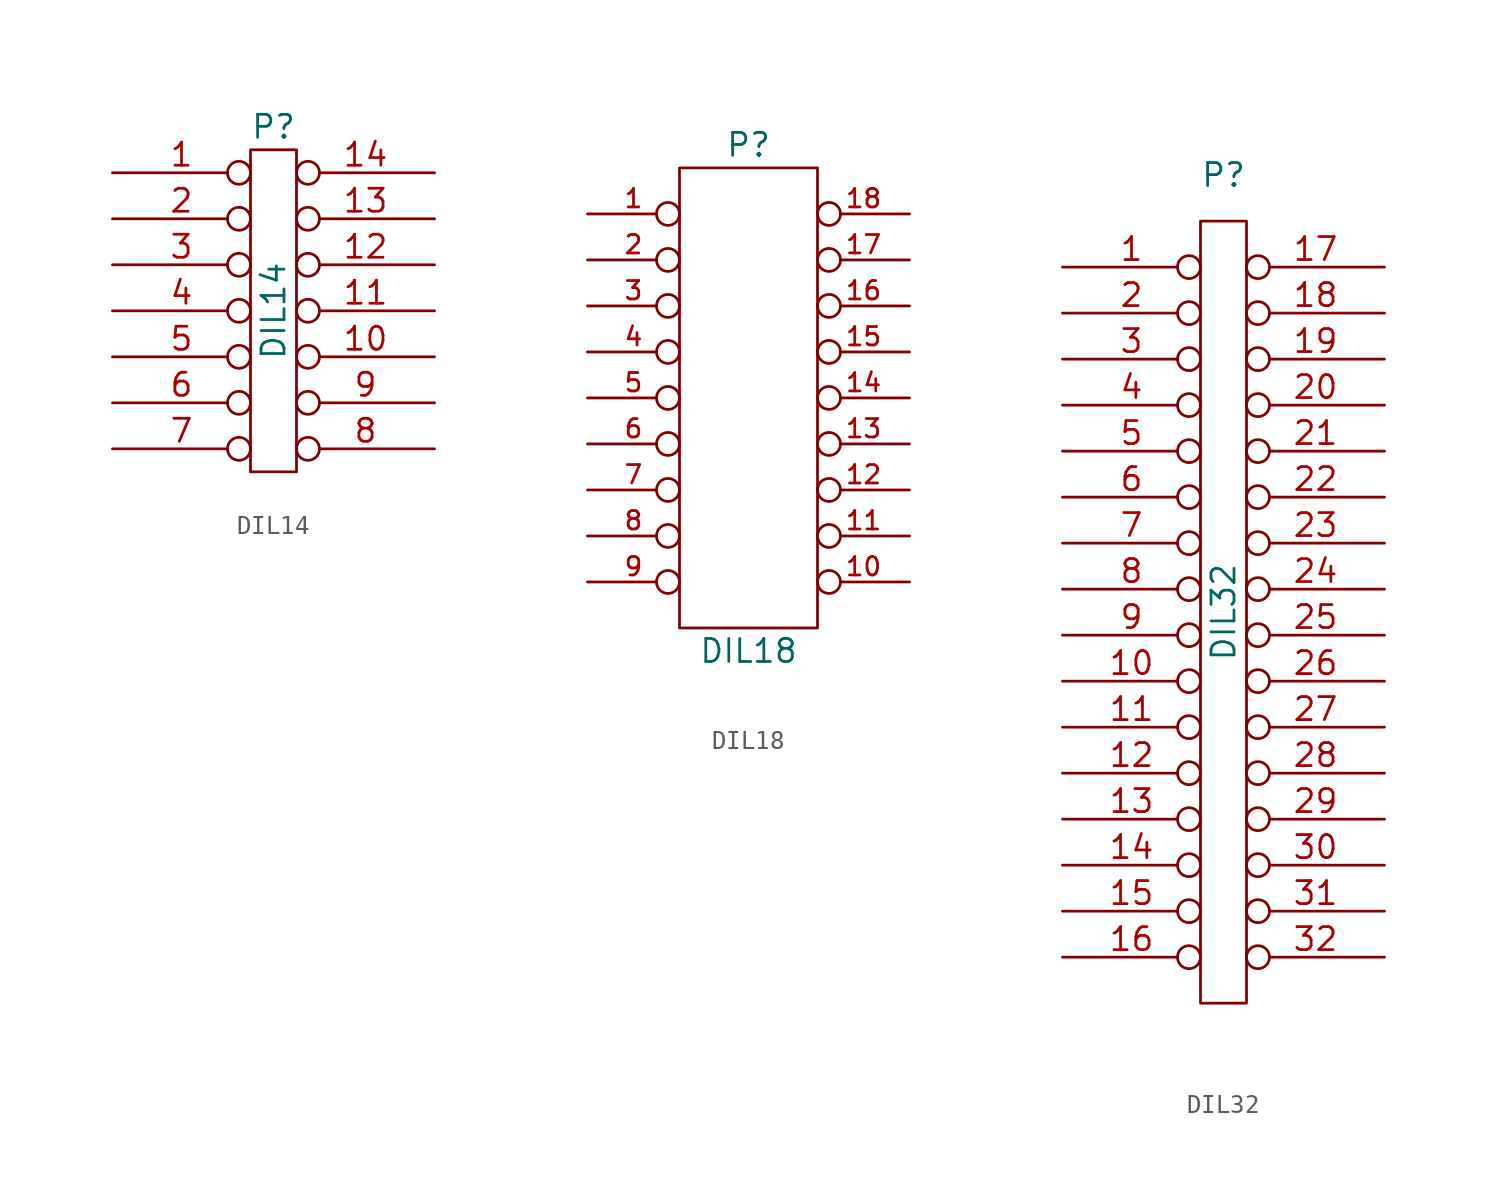
<source format=kicad_sym>
(kicad_symbol_lib
  (version 20231120)
  (generator "kicad_symbol_editor")
  (generator_version "8.0")
  (symbol "DIL14"
    (pin_names
      (offset 1.016) hide)
    (property "Reference" "P"
      (at 0 10.16 0)
      (effects (font (size 1.27 1.27))))
    (property "Value" "DIL14"
      (at 0 0 90)
      (effects (font (size 1.27 1.27))))
    (property "Footprint" ""
      (at 0 0 0)
      (effects (font (size 1.27 1.27))))
    (property "Datasheet" ""
      (at 0 0 0)
      (effects (font (size 1.27 1.27))))
    (symbol "DIL14_0_1"
      (rectangle (start -1.27 8.89) (end 1.27 -8.89) (stroke (width 0) (type solid)) (fill (type none))))
    (symbol "DIL14_1_1"
      (pin passive inverted (at -8.89 7.62 0) (length 7.62) (name "1" (effects (font (size 1.27 1.27)))) (number "1" (effects (font (size 1.27 1.27)))))
      (pin passive inverted (at 8.89 -2.54 180) (length 7.62) (name "10" (effects (font (size 1.27 1.27)))) (number "10" (effects (font (size 1.27 1.27)))))
      (pin passive inverted (at 8.89 0 180) (length 7.62) (name "11" (effects (font (size 1.27 1.27)))) (number "11" (effects (font (size 1.27 1.27)))))
      (pin passive inverted (at 8.89 2.54 180) (length 7.62) (name "12" (effects (font (size 1.27 1.27)))) (number "12" (effects (font (size 1.27 1.27)))))
      (pin passive inverted (at 8.89 5.08 180) (length 7.62) (name "13" (effects (font (size 1.27 1.27)))) (number "13" (effects (font (size 1.27 1.27)))))
      (pin passive inverted (at 8.89 7.62 180) (length 7.62) (name "14" (effects (font (size 1.27 1.27)))) (number "14" (effects (font (size 1.27 1.27)))))
      (pin passive inverted (at -8.89 5.08 0) (length 7.62) (name "2" (effects (font (size 1.27 1.27)))) (number "2" (effects (font (size 1.27 1.27)))))
      (pin passive inverted (at -8.89 2.54 0) (length 7.62) (name "3" (effects (font (size 1.27 1.27)))) (number "3" (effects (font (size 1.27 1.27)))))
      (pin passive inverted (at -8.89 0 0) (length 7.62) (name "4" (effects (font (size 1.27 1.27)))) (number "4" (effects (font (size 1.27 1.27)))))
      (pin passive inverted (at -8.89 -2.54 0) (length 7.62) (name "5" (effects (font (size 1.27 1.27)))) (number "5" (effects (font (size 1.27 1.27)))))
      (pin passive inverted (at -8.89 -5.08 0) (length 7.62) (name "6" (effects (font (size 1.27 1.27)))) (number "6" (effects (font (size 1.27 1.27)))))
      (pin passive inverted (at -8.89 -7.62 0) (length 7.62) (name "7" (effects (font (size 1.27 1.27)))) (number "7" (effects (font (size 1.27 1.27)))))
      (pin passive inverted (at 8.89 -7.62 180) (length 7.62) (name "8" (effects (font (size 1.27 1.27)))) (number "8" (effects (font (size 1.27 1.27)))))
      (pin passive inverted (at 8.89 -5.08 180) (length 7.62) (name "9" (effects (font (size 1.27 1.27)))) (number "9" (effects (font (size 1.27 1.27)))))))
  (symbol "DIL18"
    (pin_names
      (offset 1.016) hide)
    (property "Reference" "P"
      (at 0 13.97 0)
      (effects (font (size 1.27 1.27))))
    (property "Value" "DIL18"
      (at 0 -13.97 0)
      (effects (font (size 1.27 1.27))))
    (property "Footprint" ""
      (at 0 0 0)
      (effects (font (size 1.27 1.27))))
    (property "Datasheet" ""
      (at 0 0 0)
      (effects (font (size 1.27 1.27))))
    (symbol "DIL18_0_1"
      (rectangle (start -3.81 12.7) (end 3.81 -12.7) (stroke (width 0) (type solid)) (fill (type none))))
    (symbol "DIL18_1_1"
      (pin passive inverted (at -8.89 10.16 0) (length 5.08) (name "P1" (effects (font (size 1.016 1.016)))) (number "1" (effects (font (size 1.016 1.016)))))
      (pin passive inverted (at 8.89 -10.16 180) (length 5.08) (name "P10" (effects (font (size 1.016 1.016)))) (number "10" (effects (font (size 1.016 1.016)))))
      (pin passive inverted (at 8.89 -7.62 180) (length 5.08) (name "P11" (effects (font (size 1.016 1.016)))) (number "11" (effects (font (size 1.016 1.016)))))
      (pin passive inverted (at 8.89 -5.08 180) (length 5.08) (name "P12" (effects (font (size 1.016 1.016)))) (number "12" (effects (font (size 1.016 1.016)))))
      (pin passive inverted (at 8.89 -2.54 180) (length 5.08) (name "P13" (effects (font (size 1.016 1.016)))) (number "13" (effects (font (size 1.016 1.016)))))
      (pin passive inverted (at 8.89 0 180) (length 5.08) (name "P14" (effects (font (size 1.016 1.016)))) (number "14" (effects (font (size 1.016 1.016)))))
      (pin passive inverted (at 8.89 2.54 180) (length 5.08) (name "P15" (effects (font (size 1.016 1.016)))) (number "15" (effects (font (size 1.016 1.016)))))
      (pin passive inverted (at 8.89 5.08 180) (length 5.08) (name "P16" (effects (font (size 1.016 1.016)))) (number "16" (effects (font (size 1.016 1.016)))))
      (pin passive inverted (at 8.89 7.62 180) (length 5.08) (name "P17" (effects (font (size 1.016 1.016)))) (number "17" (effects (font (size 1.016 1.016)))))
      (pin passive inverted (at 8.89 10.16 180) (length 5.08) (name "P18" (effects (font (size 1.016 1.016)))) (number "18" (effects (font (size 1.016 1.016)))))
      (pin passive inverted (at -8.89 7.62 0) (length 5.08) (name "P2" (effects (font (size 1.016 1.016)))) (number "2" (effects (font (size 1.016 1.016)))))
      (pin passive inverted (at -8.89 5.08 0) (length 5.08) (name "P3" (effects (font (size 1.016 1.016)))) (number "3" (effects (font (size 1.016 1.016)))))
      (pin passive inverted (at -8.89 2.54 0) (length 5.08) (name "P4" (effects (font (size 1.016 1.016)))) (number "4" (effects (font (size 1.016 1.016)))))
      (pin passive inverted (at -8.89 0 0) (length 5.08) (name "P5" (effects (font (size 1.016 1.016)))) (number "5" (effects (font (size 1.016 1.016)))))
      (pin passive inverted (at -8.89 -2.54 0) (length 5.08) (name "P6" (effects (font (size 1.016 1.016)))) (number "6" (effects (font (size 1.016 1.016)))))
      (pin passive inverted (at -8.89 -5.08 0) (length 5.08) (name "P7" (effects (font (size 1.016 1.016)))) (number "7" (effects (font (size 1.016 1.016)))))
      (pin passive inverted (at -8.89 -7.62 0) (length 5.08) (name "P8" (effects (font (size 1.016 1.016)))) (number "8" (effects (font (size 1.016 1.016)))))
      (pin passive inverted (at -8.89 -10.16 0) (length 5.08) (name "P9" (effects (font (size 1.016 1.016)))) (number "9" (effects (font (size 1.016 1.016)))))))
  (symbol "DIL32"
    (pin_names
      (offset 1.016) hide)
    (property "Reference" "P"
      (at 0 24.13 0)
      (effects (font (size 1.27 1.27))))
    (property "Value" "DIL32"
      (at 0 0 90)
      (effects (font (size 1.27 1.27))))
    (property "Footprint" ""
      (at 0 0 0)
      (effects (font (size 1.27 1.27))))
    (property "Datasheet" ""
      (at 0 0 0)
      (effects (font (size 1.27 1.27))))
    (symbol "DIL32_0_1"
      (rectangle (start -1.27 21.59) (end 1.27 -21.59) (stroke (width 0) (type solid)) (fill (type none))))
    (symbol "DIL32_1_1"
      (pin passive inverted (at -8.89 19.05 0) (length 7.62) (name "P1" (effects (font (size 1.27 1.27)))) (number "1" (effects (font (size 1.27 1.27)))))
      (pin passive inverted (at -8.89 -3.81 0) (length 7.62) (name "P10" (effects (font (size 1.27 1.27)))) (number "10" (effects (font (size 1.27 1.27)))))
      (pin passive inverted (at -8.89 -6.35 0) (length 7.62) (name "P11" (effects (font (size 1.27 1.27)))) (number "11" (effects (font (size 1.27 1.27)))))
      (pin passive inverted (at -8.89 -8.89 0) (length 7.62) (name "P12" (effects (font (size 1.27 1.27)))) (number "12" (effects (font (size 1.27 1.27)))))
      (pin passive inverted (at -8.89 -11.43 0) (length 7.62) (name "P13" (effects (font (size 1.27 1.27)))) (number "13" (effects (font (size 1.27 1.27)))))
      (pin passive inverted (at -8.89 -13.97 0) (length 7.62) (name "P14" (effects (font (size 1.27 1.27)))) (number "14" (effects (font (size 1.27 1.27)))))
      (pin passive inverted (at -8.89 -16.51 0) (length 7.62) (name "P15" (effects (font (size 1.27 1.27)))) (number "15" (effects (font (size 1.27 1.27)))))
      (pin passive inverted (at -8.89 -19.05 0) (length 7.62) (name "P16" (effects (font (size 1.27 1.27)))) (number "16" (effects (font (size 1.27 1.27)))))
      (pin passive inverted (at 8.89 19.05 180) (length 7.62) (name "P17" (effects (font (size 1.27 1.27)))) (number "17" (effects (font (size 1.27 1.27)))))
      (pin passive inverted (at 8.89 16.51 180) (length 7.62) (name "P18" (effects (font (size 1.27 1.27)))) (number "18" (effects (font (size 1.27 1.27)))))
      (pin passive inverted (at 8.89 13.97 180) (length 7.62) (name "P19" (effects (font (size 1.27 1.27)))) (number "19" (effects (font (size 1.27 1.27)))))
      (pin passive inverted (at -8.89 16.51 0) (length 7.62) (name "P2" (effects (font (size 1.27 1.27)))) (number "2" (effects (font (size 1.27 1.27)))))
      (pin passive inverted (at 8.89 11.43 180) (length 7.62) (name "P20" (effects (font (size 1.27 1.27)))) (number "20" (effects (font (size 1.27 1.27)))))
      (pin passive inverted (at 8.89 8.89 180) (length 7.62) (name "P21" (effects (font (size 1.27 1.27)))) (number "21" (effects (font (size 1.27 1.27)))))
      (pin passive inverted (at 8.89 6.35 180) (length 7.62) (name "P22" (effects (font (size 1.27 1.27)))) (number "22" (effects (font (size 1.27 1.27)))))
      (pin passive inverted (at 8.89 3.81 180) (length 7.62) (name "P23" (effects (font (size 1.27 1.27)))) (number "23" (effects (font (size 1.27 1.27)))))
      (pin passive inverted (at 8.89 1.27 180) (length 7.62) (name "P24" (effects (font (size 1.27 1.27)))) (number "24" (effects (font (size 1.27 1.27)))))
      (pin passive inverted (at 8.89 -1.27 180) (length 7.62) (name "P25" (effects (font (size 1.27 1.27)))) (number "25" (effects (font (size 1.27 1.27)))))
      (pin passive inverted (at 8.89 -3.81 180) (length 7.62) (name "P26" (effects (font (size 1.27 1.27)))) (number "26" (effects (font (size 1.27 1.27)))))
      (pin passive inverted (at 8.89 -6.35 180) (length 7.62) (name "P27" (effects (font (size 1.27 1.27)))) (number "27" (effects (font (size 1.27 1.27)))))
      (pin passive inverted (at 8.89 -8.89 180) (length 7.62) (name "P28" (effects (font (size 1.27 1.27)))) (number "28" (effects (font (size 1.27 1.27)))))
      (pin passive inverted (at 8.89 -11.43 180) (length 7.62) (name "P29" (effects (font (size 1.27 1.27)))) (number "29" (effects (font (size 1.27 1.27)))))
      (pin passive inverted (at -8.89 13.97 0) (length 7.62) (name "P3" (effects (font (size 1.27 1.27)))) (number "3" (effects (font (size 1.27 1.27)))))
      (pin passive inverted (at 8.89 -13.97 180) (length 7.62) (name "P30" (effects (font (size 1.27 1.27)))) (number "30" (effects (font (size 1.27 1.27)))))
      (pin passive inverted (at 8.89 -16.51 180) (length 7.62) (name "P31" (effects (font (size 1.27 1.27)))) (number "31" (effects (font (size 1.27 1.27)))))
      (pin passive inverted (at 8.89 -19.05 180) (length 7.62) (name "P32" (effects (font (size 1.27 1.27)))) (number "32" (effects (font (size 1.27 1.27)))))
      (pin passive inverted (at -8.89 11.43 0) (length 7.62) (name "P4" (effects (font (size 1.27 1.27)))) (number "4" (effects (font (size 1.27 1.27)))))
      (pin passive inverted (at -8.89 8.89 0) (length 7.62) (name "P5" (effects (font (size 1.27 1.27)))) (number "5" (effects (font (size 1.27 1.27)))))
      (pin passive inverted (at -8.89 6.35 0) (length 7.62) (name "P6" (effects (font (size 1.27 1.27)))) (number "6" (effects (font (size 1.27 1.27)))))
      (pin passive inverted (at -8.89 3.81 0) (length 7.62) (name "P7" (effects (font (size 1.27 1.27)))) (number "7" (effects (font (size 1.27 1.27)))))
      (pin passive inverted (at -8.89 1.27 0) (length 7.62) (name "P8" (effects (font (size 1.27 1.27)))) (number "8" (effects (font (size 1.27 1.27)))))
      (pin passive inverted (at -8.89 -1.27 0) (length 7.62) (name "P9" (effects (font (size 1.27 1.27)))) (number "9" (effects (font (size 1.27 1.27))))))))
</source>
